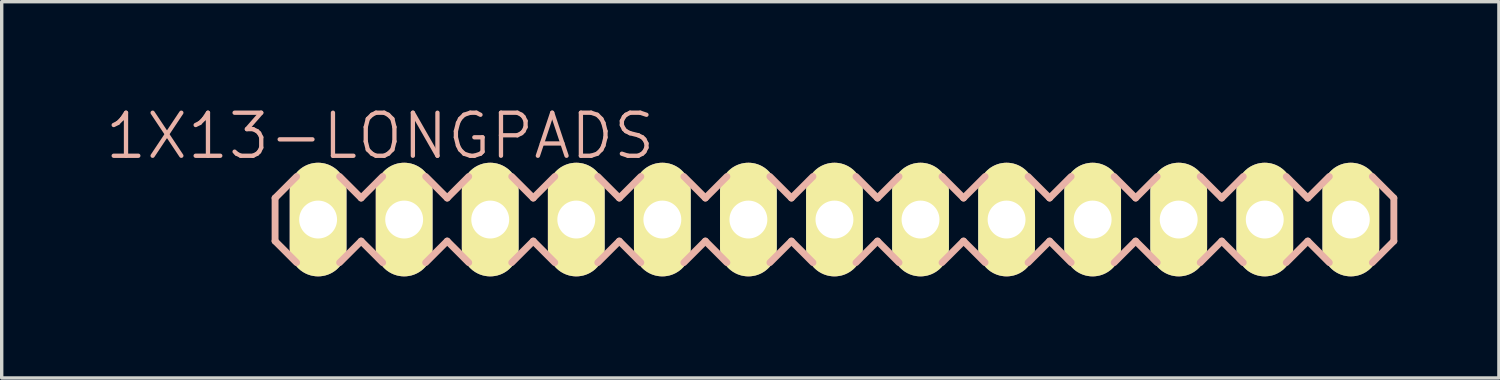
<source format=kicad_pcb>
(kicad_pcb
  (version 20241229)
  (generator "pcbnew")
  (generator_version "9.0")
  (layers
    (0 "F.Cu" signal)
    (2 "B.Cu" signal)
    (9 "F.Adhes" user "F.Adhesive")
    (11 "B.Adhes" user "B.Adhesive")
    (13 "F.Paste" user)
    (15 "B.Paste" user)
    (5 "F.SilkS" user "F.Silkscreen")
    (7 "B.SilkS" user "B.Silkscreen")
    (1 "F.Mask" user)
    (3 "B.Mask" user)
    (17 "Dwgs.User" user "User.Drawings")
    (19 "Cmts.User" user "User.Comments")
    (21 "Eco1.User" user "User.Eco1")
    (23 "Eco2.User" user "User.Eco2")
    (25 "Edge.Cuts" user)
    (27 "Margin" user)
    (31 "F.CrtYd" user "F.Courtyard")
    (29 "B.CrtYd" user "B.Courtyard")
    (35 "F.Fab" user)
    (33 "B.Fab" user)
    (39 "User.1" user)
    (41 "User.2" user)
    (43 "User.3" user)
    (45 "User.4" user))
  (footprint "1X13-LONGPADS"
    (layer "F.Cu")
    (at 6.339 3.43)
    (property "Reference" "1X13-LONGPADS" (at 1.829 -2.464 0) (layer "B.SilkS") (effects (font (size 1.27 1.27) (thickness 0.127))))
    (attr exclude_from_pos_files exclude_from_bom)
    (fp_line (start -0.254 -0.254) (end 0.254 -0.254) (stroke (width 0.066) (type solid)) (layer "F.SilkS"))
    (fp_line (start -0.254 0.254) (end -0.254 -0.254) (stroke (width 0.066) (type solid)) (layer "F.SilkS"))
    (fp_line (start -0.254 0.254) (end 0.254 0.254) (stroke (width 0.066) (type solid)) (layer "F.SilkS"))
    (fp_line (start 0.254 0.254) (end 0.254 -0.254) (stroke (width 0.066) (type solid)) (layer "F.SilkS"))
    (fp_line (start 2.286 -0.254) (end 2.794 -0.254) (stroke (width 0.066) (type solid)) (layer "F.SilkS"))
    (fp_line (start 2.286 0.254) (end 2.286 -0.254) (stroke (width 0.066) (type solid)) (layer "F.SilkS"))
    (fp_line (start 2.286 0.254) (end 2.794 0.254) (stroke (width 0.066) (type solid)) (layer "F.SilkS"))
    (fp_line (start 2.794 0.254) (end 2.794 -0.254) (stroke (width 0.066) (type solid)) (layer "F.SilkS"))
    (fp_line (start 4.826 -0.254) (end 5.334 -0.254) (stroke (width 0.066) (type solid)) (layer "F.SilkS"))
    (fp_line (start 4.826 0.254) (end 4.826 -0.254) (stroke (width 0.066) (type solid)) (layer "F.SilkS"))
    (fp_line (start 4.826 0.254) (end 5.334 0.254) (stroke (width 0.066) (type solid)) (layer "F.SilkS"))
    (fp_line (start 5.334 0.254) (end 5.334 -0.254) (stroke (width 0.066) (type solid)) (layer "F.SilkS"))
    (fp_line (start 7.366 -0.254) (end 7.874 -0.254) (stroke (width 0.066) (type solid)) (layer "F.SilkS"))
    (fp_line (start 7.366 0.254) (end 7.366 -0.254) (stroke (width 0.066) (type solid)) (layer "F.SilkS"))
    (fp_line (start 7.366 0.254) (end 7.874 0.254) (stroke (width 0.066) (type solid)) (layer "F.SilkS"))
    (fp_line (start 7.874 0.254) (end 7.874 -0.254) (stroke (width 0.066) (type solid)) (layer "F.SilkS"))
    (fp_line (start 9.906 -0.254) (end 10.414 -0.254) (stroke (width 0.066) (type solid)) (layer "F.SilkS"))
    (fp_line (start 9.906 0.254) (end 9.906 -0.254) (stroke (width 0.066) (type solid)) (layer "F.SilkS"))
    (fp_line (start 9.906 0.254) (end 10.414 0.254) (stroke (width 0.066) (type solid)) (layer "F.SilkS"))
    (fp_line (start 10.414 0.254) (end 10.414 -0.254) (stroke (width 0.066) (type solid)) (layer "F.SilkS"))
    (fp_line (start 12.446 -0.254) (end 12.954 -0.254) (stroke (width 0.066) (type solid)) (layer "F.SilkS"))
    (fp_line (start 12.446 0.254) (end 12.446 -0.254) (stroke (width 0.066) (type solid)) (layer "F.SilkS"))
    (fp_line (start 12.446 0.254) (end 12.954 0.254) (stroke (width 0.066) (type solid)) (layer "F.SilkS"))
    (fp_line (start 12.954 0.254) (end 12.954 -0.254) (stroke (width 0.066) (type solid)) (layer "F.SilkS"))
    (fp_line (start 14.986 -0.254) (end 15.494 -0.254) (stroke (width 0.066) (type solid)) (layer "F.SilkS"))
    (fp_line (start 14.986 0.254) (end 14.986 -0.254) (stroke (width 0.066) (type solid)) (layer "F.SilkS"))
    (fp_line (start 14.986 0.254) (end 15.494 0.254) (stroke (width 0.066) (type solid)) (layer "F.SilkS"))
    (fp_line (start 15.494 0.254) (end 15.494 -0.254) (stroke (width 0.066) (type solid)) (layer "F.SilkS"))
    (fp_line (start 17.523 -0.254) (end 18.034 -0.254) (stroke (width 0.066) (type solid)) (layer "F.SilkS"))
    (fp_line (start 17.523 0.254) (end 17.523 -0.254) (stroke (width 0.066) (type solid)) (layer "F.SilkS"))
    (fp_line (start 17.523 0.254) (end 18.034 0.254) (stroke (width 0.066) (type solid)) (layer "F.SilkS"))
    (fp_line (start 18.034 0.254) (end 18.034 -0.254) (stroke (width 0.066) (type solid)) (layer "F.SilkS"))
    (fp_line (start 20.066 -0.254) (end 20.574 -0.254) (stroke (width 0.066) (type solid)) (layer "F.SilkS"))
    (fp_line (start 20.066 0.254) (end 20.066 -0.254) (stroke (width 0.066) (type solid)) (layer "F.SilkS"))
    (fp_line (start 20.066 0.254) (end 20.574 0.254) (stroke (width 0.066) (type solid)) (layer "F.SilkS"))
    (fp_line (start 20.574 0.254) (end 20.574 -0.254) (stroke (width 0.066) (type solid)) (layer "F.SilkS"))
    (fp_line (start 22.606 -0.254) (end 23.114 -0.254) (stroke (width 0.066) (type solid)) (layer "F.SilkS"))
    (fp_line (start 22.606 0.254) (end 22.606 -0.254) (stroke (width 0.066) (type solid)) (layer "F.SilkS"))
    (fp_line (start 22.606 0.254) (end 23.114 0.254) (stroke (width 0.066) (type solid)) (layer "F.SilkS"))
    (fp_line (start 23.114 0.254) (end 23.114 -0.254) (stroke (width 0.066) (type solid)) (layer "F.SilkS"))
    (fp_line (start 25.146 -0.254) (end 25.654 -0.254) (stroke (width 0.066) (type solid)) (layer "F.SilkS"))
    (fp_line (start 25.146 0.254) (end 25.146 -0.254) (stroke (width 0.066) (type solid)) (layer "F.SilkS"))
    (fp_line (start 25.146 0.254) (end 25.654 0.254) (stroke (width 0.066) (type solid)) (layer "F.SilkS"))
    (fp_line (start 25.654 0.254) (end 25.654 -0.254) (stroke (width 0.066) (type solid)) (layer "F.SilkS"))
    (fp_line (start 27.686 -0.254) (end 28.194 -0.254) (stroke (width 0.066) (type solid)) (layer "F.SilkS"))
    (fp_line (start 27.686 0.254) (end 27.686 -0.254) (stroke (width 0.066) (type solid)) (layer "F.SilkS"))
    (fp_line (start 27.686 0.254) (end 28.194 0.254) (stroke (width 0.066) (type solid)) (layer "F.SilkS"))
    (fp_line (start 28.194 0.254) (end 28.194 -0.254) (stroke (width 0.066) (type solid)) (layer "F.SilkS"))
    (fp_line (start 30.226 -0.254) (end 30.734 -0.254) (stroke (width 0.066) (type solid)) (layer "F.SilkS"))
    (fp_line (start 30.226 0.254) (end 30.226 -0.254) (stroke (width 0.066) (type solid)) (layer "F.SilkS"))
    (fp_line (start 30.226 0.254) (end 30.734 0.254) (stroke (width 0.066) (type solid)) (layer "F.SilkS"))
    (fp_line (start 30.734 0.254) (end 30.734 -0.254) (stroke (width 0.066) (type solid)) (layer "F.SilkS"))
    (fp_line (start -1.27 -0.635) (end -1.27 0.635) (stroke (width 0.203) (type solid)) (layer "B.SilkS"))
    (fp_line (start -1.27 0.635) (end -0.635 1.27) (stroke (width 0.203) (type solid)) (layer "B.SilkS"))
    (fp_line (start -0.635 -1.27) (end -1.27 -0.635) (stroke (width 0.203) (type solid)) (layer "B.SilkS"))
    (fp_line (start 0.635 -1.27) (end 1.27 -0.635) (stroke (width 0.203) (type solid)) (layer "B.SilkS"))
    (fp_line (start 1.27 -0.635) (end 1.905 -1.27) (stroke (width 0.203) (type solid)) (layer "B.SilkS"))
    (fp_line (start 1.27 0.635) (end 0.635 1.27) (stroke (width 0.203) (type solid)) (layer "B.SilkS"))
    (fp_line (start 1.905 1.27) (end 1.27 0.635) (stroke (width 0.203) (type solid)) (layer "B.SilkS"))
    (fp_line (start 3.175 -1.27) (end 3.81 -0.635) (stroke (width 0.203) (type solid)) (layer "B.SilkS"))
    (fp_line (start 3.81 -0.635) (end 4.445 -1.27) (stroke (width 0.203) (type solid)) (layer "B.SilkS"))
    (fp_line (start 3.81 0.635) (end 3.175 1.27) (stroke (width 0.203) (type solid)) (layer "B.SilkS"))
    (fp_line (start 4.445 1.27) (end 3.81 0.635) (stroke (width 0.203) (type solid)) (layer "B.SilkS"))
    (fp_line (start 5.715 -1.27) (end 6.35 -0.635) (stroke (width 0.203) (type solid)) (layer "B.SilkS"))
    (fp_line (start 6.35 0.635) (end 5.715 1.27) (stroke (width 0.203) (type solid)) (layer "B.SilkS"))
    (fp_line (start 6.35 0.635) (end 6.985 1.27) (stroke (width 0.203) (type solid)) (layer "B.SilkS"))
    (fp_line (start 6.985 -1.27) (end 6.35 -0.635) (stroke (width 0.203) (type solid)) (layer "B.SilkS"))
    (fp_line (start 8.255 -1.27) (end 8.89 -0.635) (stroke (width 0.203) (type solid)) (layer "B.SilkS"))
    (fp_line (start 8.89 -0.635) (end 9.525 -1.27) (stroke (width 0.203) (type solid)) (layer "B.SilkS"))
    (fp_line (start 8.89 0.635) (end 8.255 1.27) (stroke (width 0.203) (type solid)) (layer "B.SilkS"))
    (fp_line (start 9.525 1.27) (end 8.89 0.635) (stroke (width 0.203) (type solid)) (layer "B.SilkS"))
    (fp_line (start 10.795 -1.27) (end 11.43 -0.635) (stroke (width 0.203) (type solid)) (layer "B.SilkS"))
    (fp_line (start 11.43 -0.635) (end 12.065 -1.27) (stroke (width 0.203) (type solid)) (layer "B.SilkS"))
    (fp_line (start 11.43 0.635) (end 10.795 1.27) (stroke (width 0.203) (type solid)) (layer "B.SilkS"))
    (fp_line (start 12.065 1.27) (end 11.43 0.635) (stroke (width 0.203) (type solid)) (layer "B.SilkS"))
    (fp_line (start 13.335 -1.27) (end 13.97 -0.635) (stroke (width 0.203) (type solid)) (layer "B.SilkS"))
    (fp_line (start 13.97 0.635) (end 13.335 1.27) (stroke (width 0.203) (type solid)) (layer "B.SilkS"))
    (fp_line (start 13.97 0.635) (end 14.605 1.27) (stroke (width 0.203) (type solid)) (layer "B.SilkS"))
    (fp_line (start 14.605 -1.27) (end 13.97 -0.635) (stroke (width 0.203) (type solid)) (layer "B.SilkS"))
    (fp_line (start 15.875 -1.27) (end 16.51 -0.635) (stroke (width 0.203) (type solid)) (layer "B.SilkS"))
    (fp_line (start 16.51 0.635) (end 15.875 1.27) (stroke (width 0.203) (type solid)) (layer "B.SilkS"))
    (fp_line (start 16.51 0.635) (end 17.145 1.27) (stroke (width 0.203) (type solid)) (layer "B.SilkS"))
    (fp_line (start 17.145 -1.27) (end 16.51 -0.635) (stroke (width 0.203) (type solid)) (layer "B.SilkS"))
    (fp_line (start 18.415 -1.27) (end 19.05 -0.635) (stroke (width 0.203) (type solid)) (layer "B.SilkS"))
    (fp_line (start 19.05 -0.635) (end 19.685 -1.27) (stroke (width 0.203) (type solid)) (layer "B.SilkS"))
    (fp_line (start 19.05 0.635) (end 18.415 1.27) (stroke (width 0.203) (type solid)) (layer "B.SilkS"))
    (fp_line (start 19.685 1.27) (end 19.05 0.635) (stroke (width 0.203) (type solid)) (layer "B.SilkS"))
    (fp_line (start 20.955 -1.27) (end 21.59 -0.635) (stroke (width 0.203) (type solid)) (layer "B.SilkS"))
    (fp_line (start 21.59 -0.635) (end 22.225 -1.27) (stroke (width 0.203) (type solid)) (layer "B.SilkS"))
    (fp_line (start 21.59 0.635) (end 20.955 1.27) (stroke (width 0.203) (type solid)) (layer "B.SilkS"))
    (fp_line (start 22.225 1.27) (end 21.59 0.635) (stroke (width 0.203) (type solid)) (layer "B.SilkS"))
    (fp_line (start 23.495 -1.27) (end 24.13 -0.635) (stroke (width 0.203) (type solid)) (layer "B.SilkS"))
    (fp_line (start 24.13 0.635) (end 23.495 1.27) (stroke (width 0.203) (type solid)) (layer "B.SilkS"))
    (fp_line (start 24.13 0.635) (end 24.765 1.27) (stroke (width 0.203) (type solid)) (layer "B.SilkS"))
    (fp_line (start 24.765 -1.27) (end 24.13 -0.635) (stroke (width 0.203) (type solid)) (layer "B.SilkS"))
    (fp_line (start 26.035 -1.27) (end 26.67 -0.635) (stroke (width 0.203) (type solid)) (layer "B.SilkS"))
    (fp_line (start 26.67 -0.635) (end 27.305 -1.27) (stroke (width 0.203) (type solid)) (layer "B.SilkS"))
    (fp_line (start 26.67 0.635) (end 26.035 1.27) (stroke (width 0.203) (type solid)) (layer "B.SilkS"))
    (fp_line (start 27.305 1.27) (end 26.67 0.635) (stroke (width 0.203) (type solid)) (layer "B.SilkS"))
    (fp_line (start 28.575 -1.27) (end 29.21 -0.635) (stroke (width 0.203) (type solid)) (layer "B.SilkS"))
    (fp_line (start 29.21 -0.635) (end 29.845 -1.27) (stroke (width 0.203) (type solid)) (layer "B.SilkS"))
    (fp_line (start 29.21 0.635) (end 28.575 1.27) (stroke (width 0.203) (type solid)) (layer "B.SilkS"))
    (fp_line (start 29.845 1.27) (end 29.21 0.635) (stroke (width 0.203) (type solid)) (layer "B.SilkS"))
    (fp_line (start 31.115 -1.27) (end 31.75 -0.635) (stroke (width 0.203) (type solid)) (layer "B.SilkS"))
    (fp_line (start 31.75 0.635) (end 31.115 1.27) (stroke (width 0.203) (type solid)) (layer "B.SilkS"))
    (fp_line (start 31.75 0.635) (end 31.75 -0.635) (stroke (width 0.203) (type solid)) (layer "B.SilkS"))
    (pad "1" thru_hole oval (at 0 0 180) (size 1.676 3.353) (drill 1.118) (layers "*.Cu" "F.Mask" "F.SilkS" "F.Paste"))
    (pad "2" thru_hole oval (at 2.54 0 180) (size 1.676 3.353) (drill 1.118) (layers "*.Cu" "F.Mask" "F.SilkS" "F.Paste"))
    (pad "3" thru_hole oval (at 5.08 0 180) (size 1.676 3.353) (drill 1.118) (layers "*.Cu" "F.Mask" "F.SilkS" "F.Paste"))
    (pad "4" thru_hole oval (at 7.62 0 180) (size 1.676 3.353) (drill 1.118) (layers "*.Cu" "F.Mask" "F.SilkS" "F.Paste"))
    (pad "5" thru_hole oval (at 10.16 0 180) (size 1.676 3.353) (drill 1.118) (layers "*.Cu" "F.Mask" "F.SilkS" "F.Paste"))
    (pad "6" thru_hole oval (at 12.7 0 180) (size 1.676 3.353) (drill 1.118) (layers "*.Cu" "F.Mask" "F.SilkS" "F.Paste"))
    (pad "7" thru_hole oval (at 15.24 0 180) (size 1.676 3.353) (drill 1.118) (layers "*.Cu" "F.Mask" "F.SilkS" "F.Paste"))
    (pad "8" thru_hole oval (at 17.78 0 180) (size 1.676 3.353) (drill 1.118) (layers "*.Cu" "F.Mask" "F.SilkS" "F.Paste"))
    (pad "9" thru_hole oval (at 20.32 0 180) (size 1.676 3.353) (drill 1.118) (layers "*.Cu" "F.Mask" "F.SilkS" "F.Paste"))
    (pad "10" thru_hole oval (at 22.86 0 180) (size 1.676 3.353) (drill 1.118) (layers "*.Cu" "F.Mask" "F.SilkS" "F.Paste"))
    (pad "11" thru_hole oval (at 25.4 0 180) (size 1.676 3.353) (drill 1.118) (layers "*.Cu" "F.Mask" "F.SilkS" "F.Paste"))
    (pad "12" thru_hole oval (at 27.94 0 180) (size 1.676 3.353) (drill 1.118) (layers "*.Cu" "F.Mask" "F.SilkS" "F.Paste"))
    (pad "13" thru_hole oval (at 30.48 0 180) (size 1.676 3.353) (drill 1.118) (layers "*.Cu" "F.Mask" "F.SilkS" "F.Paste")))
  (gr_rect
    (start -3 -3)
    (end 41.19 8.106)
    (stroke (width 0.1) (type default))
    (fill no)
    (layer "Edge.Cuts")))
</source>
